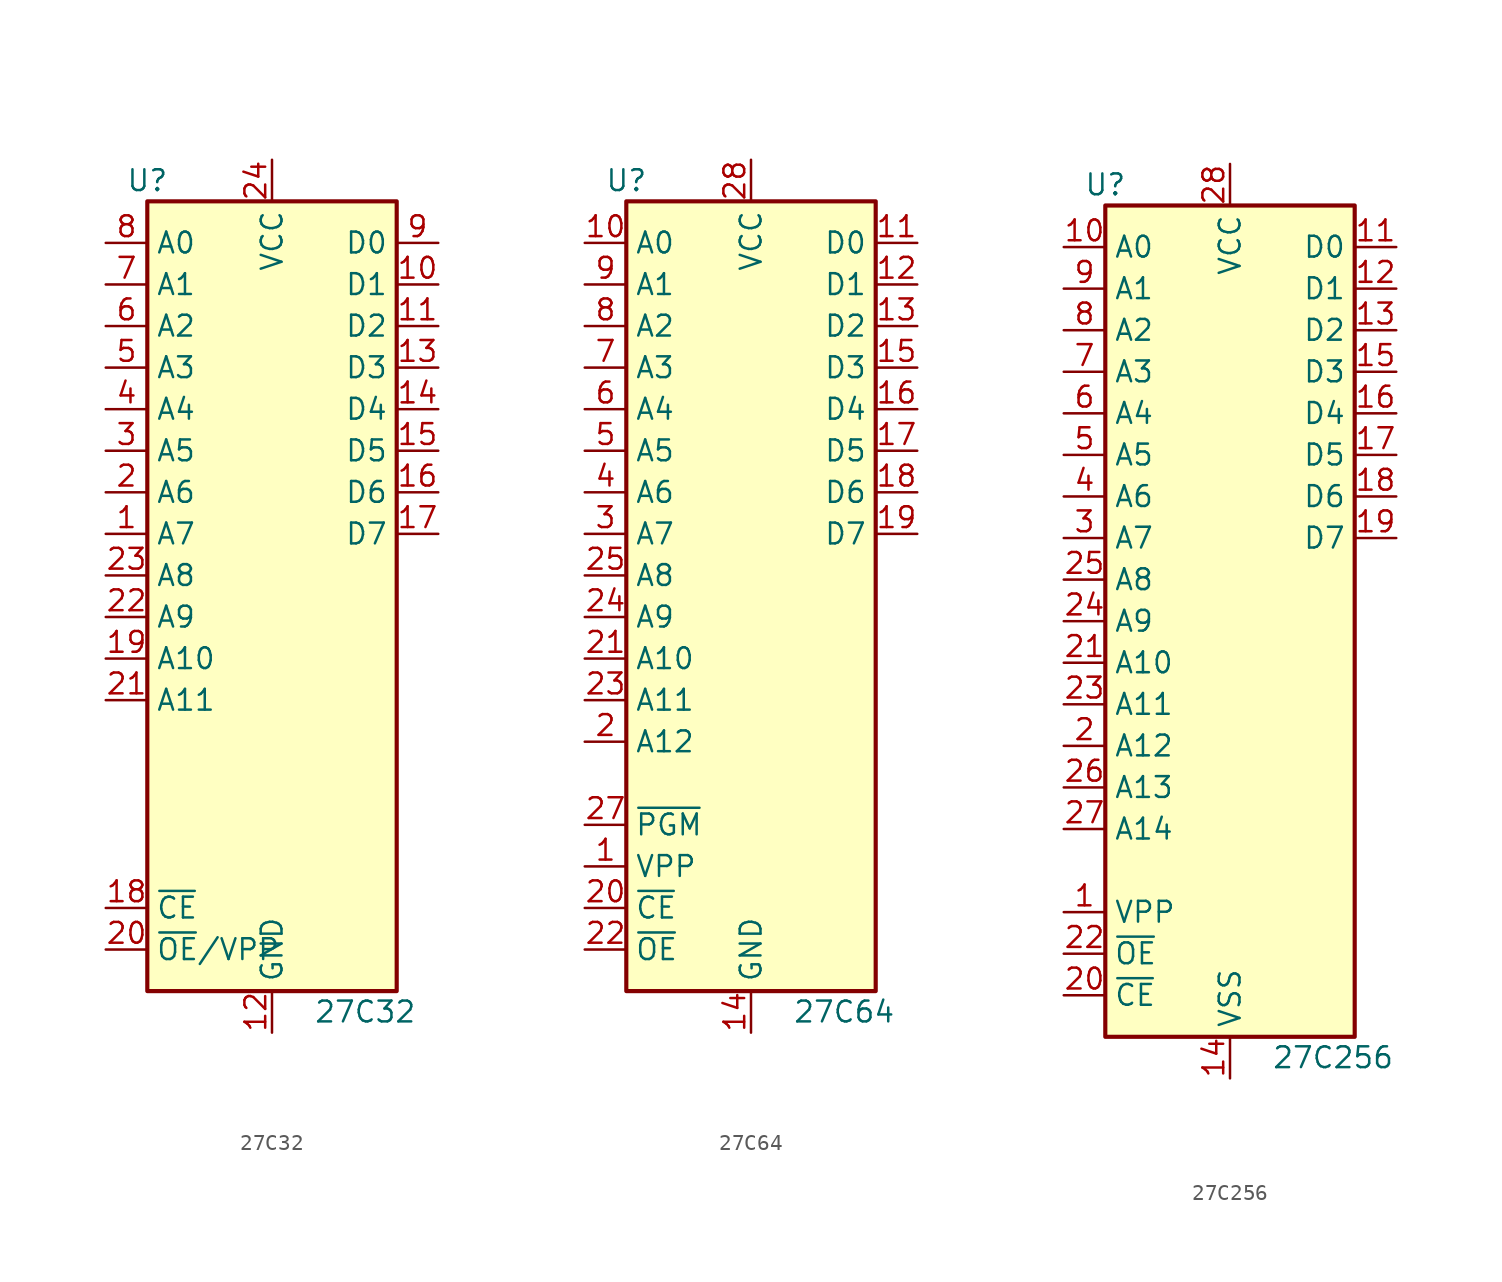
<source format=kicad_sym>
(kicad_symbol_lib
  (version 20211014)
  (generator kicad_symbol_editor)
  (symbol "27C32"
    (property "Reference" "U"
      (at -7.62 24.13 0)
      (effects (font (size 1.27 1.27))))
    (property "Value" "27C32"
      (at 2.54 -26.67 0)
      (effects (font (size 1.27 1.27)) (justify left)))
    (symbol "27C32_1_1"
      (rectangle (start -7.62 22.86) (end 7.62 -25.4) (stroke (width 0.254) (type default) (color 0 0 0 0)) (fill (type background)))
      (pin input line (at -10.16 2.54 0) (length 2.54) (name "A7" (effects (font (size 1.27 1.27)))) (number "1" (effects (font (size 1.27 1.27)))))
      (pin tri_state line (at 10.16 17.78 180) (length 2.54) (name "D1" (effects (font (size 1.27 1.27)))) (number "10" (effects (font (size 1.27 1.27)))))
      (pin tri_state line (at 10.16 15.24 180) (length 2.54) (name "D2" (effects (font (size 1.27 1.27)))) (number "11" (effects (font (size 1.27 1.27)))))
      (pin power_in line (at 0 -27.94 90) (length 2.54) (name "GND" (effects (font (size 1.27 1.27)))) (number "12" (effects (font (size 1.27 1.27)))))
      (pin tri_state line (at 10.16 12.7 180) (length 2.54) (name "D3" (effects (font (size 1.27 1.27)))) (number "13" (effects (font (size 1.27 1.27)))))
      (pin tri_state line (at 10.16 10.16 180) (length 2.54) (name "D4" (effects (font (size 1.27 1.27)))) (number "14" (effects (font (size 1.27 1.27)))))
      (pin tri_state line (at 10.16 7.62 180) (length 2.54) (name "D5" (effects (font (size 1.27 1.27)))) (number "15" (effects (font (size 1.27 1.27)))))
      (pin tri_state line (at 10.16 5.08 180) (length 2.54) (name "D6" (effects (font (size 1.27 1.27)))) (number "16" (effects (font (size 1.27 1.27)))))
      (pin tri_state line (at 10.16 2.54 180) (length 2.54) (name "D7" (effects (font (size 1.27 1.27)))) (number "17" (effects (font (size 1.27 1.27)))))
      (pin input line (at -10.16 -20.32 0) (length 2.54) (name "~{CE}" (effects (font (size 1.27 1.27)))) (number "18" (effects (font (size 1.27 1.27)))))
      (pin input line (at -10.16 -5.08 0) (length 2.54) (name "A10" (effects (font (size 1.27 1.27)))) (number "19" (effects (font (size 1.27 1.27)))))
      (pin input line (at -10.16 5.08 0) (length 2.54) (name "A6" (effects (font (size 1.27 1.27)))) (number "2" (effects (font (size 1.27 1.27)))))
      (pin input line (at -10.16 -22.86 0) (length 2.54) (name "~{OE}/VPP" (effects (font (size 1.27 1.27)))) (number "20" (effects (font (size 1.27 1.27)))))
      (pin input line (at -10.16 -7.62 0) (length 2.54) (name "A11" (effects (font (size 1.27 1.27)))) (number "21" (effects (font (size 1.27 1.27)))))
      (pin input line (at -10.16 -2.54 0) (length 2.54) (name "A9" (effects (font (size 1.27 1.27)))) (number "22" (effects (font (size 1.27 1.27)))))
      (pin input line (at -10.16 0 0) (length 2.54) (name "A8" (effects (font (size 1.27 1.27)))) (number "23" (effects (font (size 1.27 1.27)))))
      (pin power_in line (at 0 25.4 270) (length 2.54) (name "VCC" (effects (font (size 1.27 1.27)))) (number "24" (effects (font (size 1.27 1.27)))))
      (pin input line (at -10.16 7.62 0) (length 2.54) (name "A5" (effects (font (size 1.27 1.27)))) (number "3" (effects (font (size 1.27 1.27)))))
      (pin input line (at -10.16 10.16 0) (length 2.54) (name "A4" (effects (font (size 1.27 1.27)))) (number "4" (effects (font (size 1.27 1.27)))))
      (pin input line (at -10.16 12.7 0) (length 2.54) (name "A3" (effects (font (size 1.27 1.27)))) (number "5" (effects (font (size 1.27 1.27)))))
      (pin input line (at -10.16 15.24 0) (length 2.54) (name "A2" (effects (font (size 1.27 1.27)))) (number "6" (effects (font (size 1.27 1.27)))))
      (pin input line (at -10.16 17.78 0) (length 2.54) (name "A1" (effects (font (size 1.27 1.27)))) (number "7" (effects (font (size 1.27 1.27)))))
      (pin input line (at -10.16 20.32 0) (length 2.54) (name "A0" (effects (font (size 1.27 1.27)))) (number "8" (effects (font (size 1.27 1.27)))))
      (pin tri_state line (at 10.16 20.32 180) (length 2.54) (name "D0" (effects (font (size 1.27 1.27)))) (number "9" (effects (font (size 1.27 1.27)))))))
  (symbol "27C64"
    (property "Reference" "U"
      (at -7.62 24.13 0)
      (effects (font (size 1.27 1.27))))
    (property "Value" "27C64"
      (at 2.54 -26.67 0)
      (effects (font (size 1.27 1.27)) (justify left)))
    (symbol "27C64_1_1"
      (rectangle (start -7.62 22.86) (end 7.62 -25.4) (stroke (width 0.254) (type default) (color 0 0 0 0)) (fill (type background)))
      (pin input line (at -10.16 -17.78 0) (length 2.54) (name "VPP" (effects (font (size 1.27 1.27)))) (number "1" (effects (font (size 1.27 1.27)))))
      (pin input line (at -10.16 20.32 0) (length 2.54) (name "A0" (effects (font (size 1.27 1.27)))) (number "10" (effects (font (size 1.27 1.27)))))
      (pin tri_state line (at 10.16 20.32 180) (length 2.54) (name "D0" (effects (font (size 1.27 1.27)))) (number "11" (effects (font (size 1.27 1.27)))))
      (pin tri_state line (at 10.16 17.78 180) (length 2.54) (name "D1" (effects (font (size 1.27 1.27)))) (number "12" (effects (font (size 1.27 1.27)))))
      (pin tri_state line (at 10.16 15.24 180) (length 2.54) (name "D2" (effects (font (size 1.27 1.27)))) (number "13" (effects (font (size 1.27 1.27)))))
      (pin power_in line (at 0 -27.94 90) (length 2.54) (name "GND" (effects (font (size 1.27 1.27)))) (number "14" (effects (font (size 1.27 1.27)))))
      (pin tri_state line (at 10.16 12.7 180) (length 2.54) (name "D3" (effects (font (size 1.27 1.27)))) (number "15" (effects (font (size 1.27 1.27)))))
      (pin tri_state line (at 10.16 10.16 180) (length 2.54) (name "D4" (effects (font (size 1.27 1.27)))) (number "16" (effects (font (size 1.27 1.27)))))
      (pin tri_state line (at 10.16 7.62 180) (length 2.54) (name "D5" (effects (font (size 1.27 1.27)))) (number "17" (effects (font (size 1.27 1.27)))))
      (pin tri_state line (at 10.16 5.08 180) (length 2.54) (name "D6" (effects (font (size 1.27 1.27)))) (number "18" (effects (font (size 1.27 1.27)))))
      (pin tri_state line (at 10.16 2.54 180) (length 2.54) (name "D7" (effects (font (size 1.27 1.27)))) (number "19" (effects (font (size 1.27 1.27)))))
      (pin input line (at -10.16 -10.16 0) (length 2.54) (name "A12" (effects (font (size 1.27 1.27)))) (number "2" (effects (font (size 1.27 1.27)))))
      (pin input line (at -10.16 -20.32 0) (length 2.54) (name "~{CE}" (effects (font (size 1.27 1.27)))) (number "20" (effects (font (size 1.27 1.27)))))
      (pin input line (at -10.16 -5.08 0) (length 2.54) (name "A10" (effects (font (size 1.27 1.27)))) (number "21" (effects (font (size 1.27 1.27)))))
      (pin input line (at -10.16 -22.86 0) (length 2.54) (name "~{OE}" (effects (font (size 1.27 1.27)))) (number "22" (effects (font (size 1.27 1.27)))))
      (pin input line (at -10.16 -7.62 0) (length 2.54) (name "A11" (effects (font (size 1.27 1.27)))) (number "23" (effects (font (size 1.27 1.27)))))
      (pin input line (at -10.16 -2.54 0) (length 2.54) (name "A9" (effects (font (size 1.27 1.27)))) (number "24" (effects (font (size 1.27 1.27)))))
      (pin input line (at -10.16 0 0) (length 2.54) (name "A8" (effects (font (size 1.27 1.27)))) (number "25" (effects (font (size 1.27 1.27)))))
      (pin no_connect line (at 7.62 0 180) (length 2.54) hide (name "NC" (effects (font (size 1.27 1.27)))) (number "26" (effects (font (size 1.27 1.27)))))
      (pin input line (at -10.16 -15.24 0) (length 2.54) (name "~{PGM}" (effects (font (size 1.27 1.27)))) (number "27" (effects (font (size 1.27 1.27)))))
      (pin power_in line (at 0 25.4 270) (length 2.54) (name "VCC" (effects (font (size 1.27 1.27)))) (number "28" (effects (font (size 1.27 1.27)))))
      (pin input line (at -10.16 2.54 0) (length 2.54) (name "A7" (effects (font (size 1.27 1.27)))) (number "3" (effects (font (size 1.27 1.27)))))
      (pin input line (at -10.16 5.08 0) (length 2.54) (name "A6" (effects (font (size 1.27 1.27)))) (number "4" (effects (font (size 1.27 1.27)))))
      (pin input line (at -10.16 7.62 0) (length 2.54) (name "A5" (effects (font (size 1.27 1.27)))) (number "5" (effects (font (size 1.27 1.27)))))
      (pin input line (at -10.16 10.16 0) (length 2.54) (name "A4" (effects (font (size 1.27 1.27)))) (number "6" (effects (font (size 1.27 1.27)))))
      (pin input line (at -10.16 12.7 0) (length 2.54) (name "A3" (effects (font (size 1.27 1.27)))) (number "7" (effects (font (size 1.27 1.27)))))
      (pin input line (at -10.16 15.24 0) (length 2.54) (name "A2" (effects (font (size 1.27 1.27)))) (number "8" (effects (font (size 1.27 1.27)))))
      (pin input line (at -10.16 17.78 0) (length 2.54) (name "A1" (effects (font (size 1.27 1.27)))) (number "9" (effects (font (size 1.27 1.27)))))))
  (symbol "27C256"
    (property "Reference" "U"
      (at -7.62 26.67 0)
      (effects (font (size 1.27 1.27))))
    (property "Value" "27C256"
      (at 2.54 -26.67 0)
      (effects (font (size 1.27 1.27)) (justify left)))
    (symbol "27C256_1_1"
      (rectangle (start -7.62 25.4) (end 7.62 -25.4) (stroke (width 0.254) (type default) (color 0 0 0 0)) (fill (type background)))
      (pin power_in line (at -10.16 -17.78 0) (length 2.54) (name "VPP" (effects (font (size 1.27 1.27)))) (number "1" (effects (font (size 1.27 1.27)))))
      (pin input line (at -10.16 22.86 0) (length 2.54) (name "A0" (effects (font (size 1.27 1.27)))) (number "10" (effects (font (size 1.27 1.27)))))
      (pin tri_state line (at 10.16 22.86 180) (length 2.54) (name "D0" (effects (font (size 1.27 1.27)))) (number "11" (effects (font (size 1.27 1.27)))))
      (pin tri_state line (at 10.16 20.32 180) (length 2.54) (name "D1" (effects (font (size 1.27 1.27)))) (number "12" (effects (font (size 1.27 1.27)))))
      (pin tri_state line (at 10.16 17.78 180) (length 2.54) (name "D2" (effects (font (size 1.27 1.27)))) (number "13" (effects (font (size 1.27 1.27)))))
      (pin power_in line (at 0 -27.94 90) (length 2.54) (name "VSS" (effects (font (size 1.27 1.27)))) (number "14" (effects (font (size 1.27 1.27)))))
      (pin tri_state line (at 10.16 15.24 180) (length 2.54) (name "D3" (effects (font (size 1.27 1.27)))) (number "15" (effects (font (size 1.27 1.27)))))
      (pin tri_state line (at 10.16 12.7 180) (length 2.54) (name "D4" (effects (font (size 1.27 1.27)))) (number "16" (effects (font (size 1.27 1.27)))))
      (pin tri_state line (at 10.16 10.16 180) (length 2.54) (name "D5" (effects (font (size 1.27 1.27)))) (number "17" (effects (font (size 1.27 1.27)))))
      (pin tri_state line (at 10.16 7.62 180) (length 2.54) (name "D6" (effects (font (size 1.27 1.27)))) (number "18" (effects (font (size 1.27 1.27)))))
      (pin tri_state line (at 10.16 5.08 180) (length 2.54) (name "D7" (effects (font (size 1.27 1.27)))) (number "19" (effects (font (size 1.27 1.27)))))
      (pin input line (at -10.16 -7.62 0) (length 2.54) (name "A12" (effects (font (size 1.27 1.27)))) (number "2" (effects (font (size 1.27 1.27)))))
      (pin input line (at -10.16 -22.86 0) (length 2.54) (name "~{CE}" (effects (font (size 1.27 1.27)))) (number "20" (effects (font (size 1.27 1.27)))))
      (pin input line (at -10.16 -2.54 0) (length 2.54) (name "A10" (effects (font (size 1.27 1.27)))) (number "21" (effects (font (size 1.27 1.27)))))
      (pin input line (at -10.16 -20.32 0) (length 2.54) (name "~{OE}" (effects (font (size 1.27 1.27)))) (number "22" (effects (font (size 1.27 1.27)))))
      (pin input line (at -10.16 -5.08 0) (length 2.54) (name "A11" (effects (font (size 1.27 1.27)))) (number "23" (effects (font (size 1.27 1.27)))))
      (pin input line (at -10.16 0 0) (length 2.54) (name "A9" (effects (font (size 1.27 1.27)))) (number "24" (effects (font (size 1.27 1.27)))))
      (pin input line (at -10.16 2.54 0) (length 2.54) (name "A8" (effects (font (size 1.27 1.27)))) (number "25" (effects (font (size 1.27 1.27)))))
      (pin input line (at -10.16 -10.16 0) (length 2.54) (name "A13" (effects (font (size 1.27 1.27)))) (number "26" (effects (font (size 1.27 1.27)))))
      (pin input line (at -10.16 -12.7 0) (length 2.54) (name "A14" (effects (font (size 1.27 1.27)))) (number "27" (effects (font (size 1.27 1.27)))))
      (pin power_in line (at 0 27.94 270) (length 2.54) (name "VCC" (effects (font (size 1.27 1.27)))) (number "28" (effects (font (size 1.27 1.27)))))
      (pin input line (at -10.16 5.08 0) (length 2.54) (name "A7" (effects (font (size 1.27 1.27)))) (number "3" (effects (font (size 1.27 1.27)))))
      (pin input line (at -10.16 7.62 0) (length 2.54) (name "A6" (effects (font (size 1.27 1.27)))) (number "4" (effects (font (size 1.27 1.27)))))
      (pin input line (at -10.16 10.16 0) (length 2.54) (name "A5" (effects (font (size 1.27 1.27)))) (number "5" (effects (font (size 1.27 1.27)))))
      (pin input line (at -10.16 12.7 0) (length 2.54) (name "A4" (effects (font (size 1.27 1.27)))) (number "6" (effects (font (size 1.27 1.27)))))
      (pin input line (at -10.16 15.24 0) (length 2.54) (name "A3" (effects (font (size 1.27 1.27)))) (number "7" (effects (font (size 1.27 1.27)))))
      (pin input line (at -10.16 17.78 0) (length 2.54) (name "A2" (effects (font (size 1.27 1.27)))) (number "8" (effects (font (size 1.27 1.27)))))
      (pin input line (at -10.16 20.32 0) (length 2.54) (name "A1" (effects (font (size 1.27 1.27)))) (number "9" (effects (font (size 1.27 1.27))))))))
</source>
